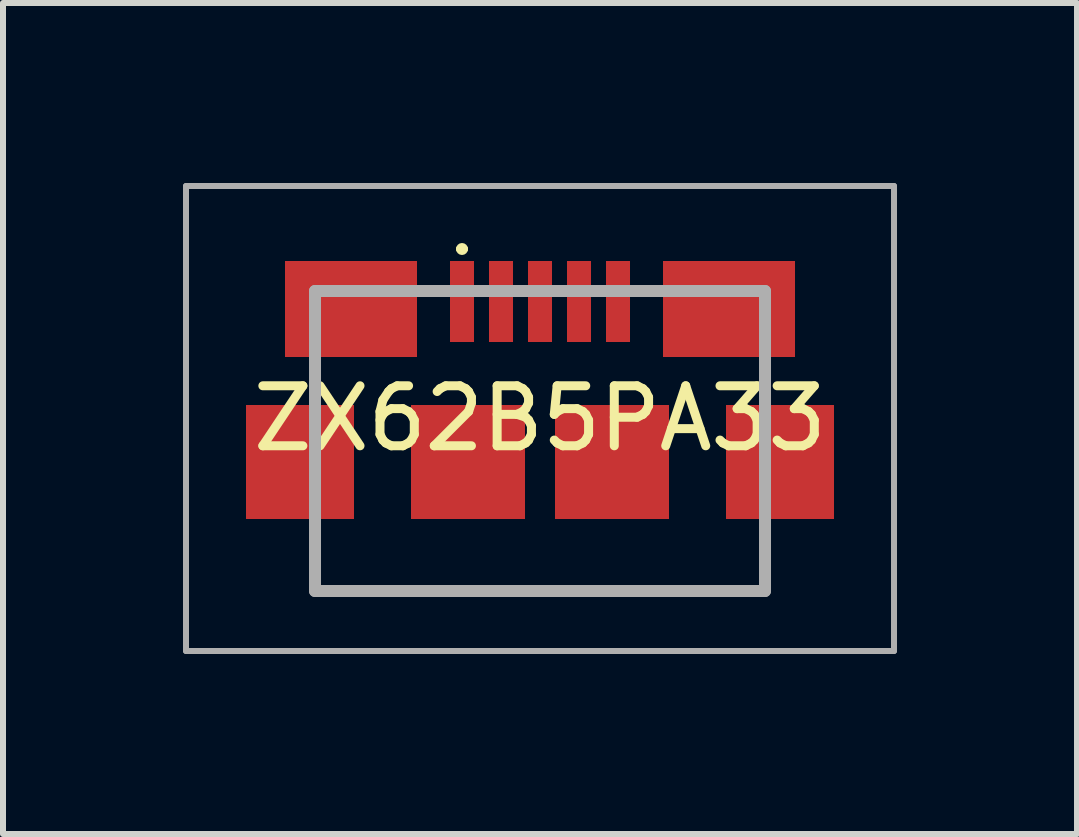
<source format=kicad_pcb>
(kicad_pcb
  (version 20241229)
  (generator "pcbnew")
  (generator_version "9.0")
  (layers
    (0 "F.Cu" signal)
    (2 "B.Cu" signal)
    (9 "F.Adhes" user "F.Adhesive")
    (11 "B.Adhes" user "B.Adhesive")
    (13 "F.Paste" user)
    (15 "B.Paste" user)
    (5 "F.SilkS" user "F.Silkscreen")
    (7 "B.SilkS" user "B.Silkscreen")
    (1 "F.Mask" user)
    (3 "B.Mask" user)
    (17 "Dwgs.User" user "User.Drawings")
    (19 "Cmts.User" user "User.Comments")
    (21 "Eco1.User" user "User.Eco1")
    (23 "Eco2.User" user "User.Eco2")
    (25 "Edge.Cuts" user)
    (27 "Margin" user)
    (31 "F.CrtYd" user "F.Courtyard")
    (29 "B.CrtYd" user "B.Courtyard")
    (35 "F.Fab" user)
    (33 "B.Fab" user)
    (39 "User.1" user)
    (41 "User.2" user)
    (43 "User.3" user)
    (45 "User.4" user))
  (footprint "ZX62B5PA33"
    (layer "F.Cu")
    (at 5.95 3.925)
    (property "Reference" "ZX62B5PA33" (at 0 0 0) (layer "F.SilkS") (effects (font (size 1 1) (thickness 0.15))))
    (attr smd)
    (fp_line (start -3.75 1.875) (end -3.75 2.875) (stroke (width 0.1) (type solid)) (layer "F.SilkS"))
    (fp_line (start -3.75 2.875) (end 3.75 2.875) (stroke (width 0.1) (type solid)) (layer "F.SilkS"))
    (fp_line (start -1.35 -2.825) (end -1.35 -2.825) (stroke (width 0.1) (type solid)) (layer "F.SilkS"))
    (fp_line (start -1.25 -2.825) (end -1.25 -2.825) (stroke (width 0.1) (type solid)) (layer "F.SilkS"))
    (fp_line (start 3.75 2.875) (end 3.75 1.875) (stroke (width 0.1) (type solid)) (layer "F.SilkS"))
    (fp_arc (start -1.35 -2.825) (mid -1.3 -2.875) (end -1.25 -2.825) (stroke (width 0.1) (type solid)) (layer "F.SilkS"))
    (fp_arc (start -1.25 -2.825) (mid -1.3 -2.775) (end -1.35 -2.825) (stroke (width 0.1) (type solid)) (layer "F.SilkS"))
    (fp_line (start -5.9 -3.875) (end 5.9 -3.875) (stroke (width 0.1) (type solid)) (layer "F.Fab"))
    (fp_line (start -5.9 3.875) (end -5.9 -3.875) (stroke (width 0.1) (type solid)) (layer "F.Fab"))
    (fp_line (start -3.75 -2.125) (end 3.75 -2.125) (stroke (width 0.2) (type solid)) (layer "F.Fab"))
    (fp_line (start -3.75 2.875) (end -3.75 -2.125) (stroke (width 0.2) (type solid)) (layer "F.Fab"))
    (fp_line (start 3.75 -2.125) (end 3.75 2.875) (stroke (width 0.2) (type solid)) (layer "F.Fab"))
    (fp_line (start 3.75 2.875) (end -3.75 2.875) (stroke (width 0.2) (type solid)) (layer "F.Fab"))
    (fp_line (start 5.9 -3.875) (end 5.9 3.875) (stroke (width 0.1) (type solid)) (layer "F.Fab"))
    (fp_line (start 5.9 3.875) (end -5.9 3.875) (stroke (width 0.1) (type solid)) (layer "F.Fab"))
    (pad "1" smd rect (at -1.3 -1.95 90) (size 1.35 0.4) (layers "F.Cu" "F.Mask" "F.Paste"))
    (pad "2" smd rect (at -0.65 -1.95 90) (size 1.35 0.4) (layers "F.Cu" "F.Mask" "F.Paste"))
    (pad "3" smd rect (at 0 -1.95 90) (size 1.35 0.4) (layers "F.Cu" "F.Mask" "F.Paste"))
    (pad "4" smd rect (at 0.65 -1.95 90) (size 1.35 0.4) (layers "F.Cu" "F.Mask" "F.Paste"))
    (pad "5" smd rect (at 1.3 -1.95 90) (size 1.35 0.4) (layers "F.Cu" "F.Mask" "F.Paste"))
    (pad "6" smd rect (at -3.15 -1.825) (size 2.2 1.6) (layers "F.Cu" "F.Mask" "F.Paste"))
    (pad "7" smd rect (at 3.15 -1.825) (size 2.2 1.6) (layers "F.Cu" "F.Mask" "F.Paste"))
    (pad "8" smd rect (at -4 0.725 90) (size 1.9 1.8) (layers "F.Cu" "F.Mask" "F.Paste"))
    (pad "9" smd rect (at -1.2 0.725 90) (size 1.9 1.9) (layers "F.Cu" "F.Mask" "F.Paste"))
    (pad "10" smd rect (at 1.2 0.725 90) (size 1.9 1.9) (layers "F.Cu" "F.Mask" "F.Paste"))
    (pad "11" smd rect (at 4 0.725 90) (size 1.9 1.8) (layers "F.Cu" "F.Mask" "F.Paste")))
  (gr_rect
    (start -3 -3)
    (end 14.9 10.85)
    (stroke (width 0.1) (type default))
    (fill no)
    (layer "Edge.Cuts")))
</source>
